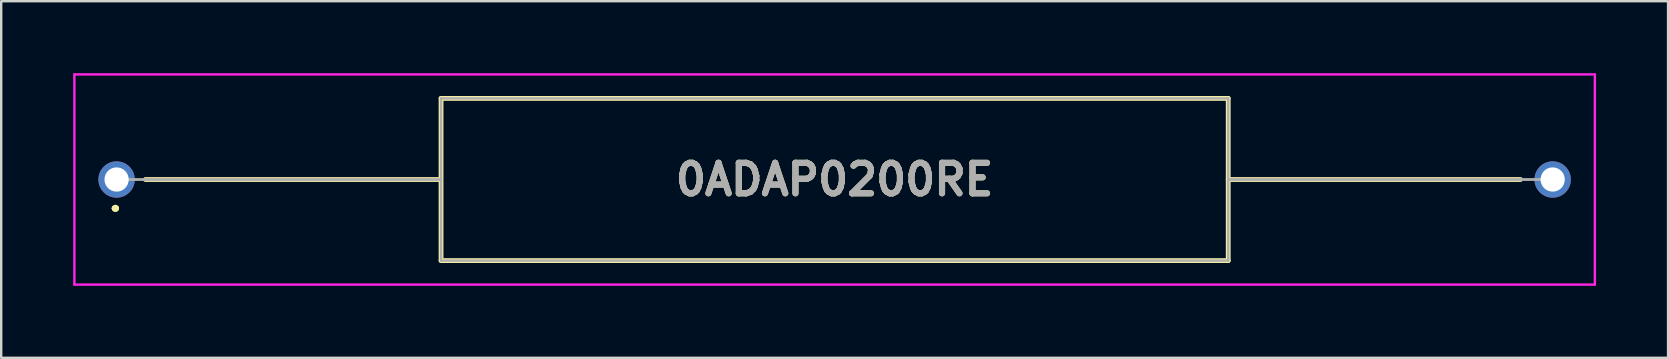
<source format=kicad_pcb>
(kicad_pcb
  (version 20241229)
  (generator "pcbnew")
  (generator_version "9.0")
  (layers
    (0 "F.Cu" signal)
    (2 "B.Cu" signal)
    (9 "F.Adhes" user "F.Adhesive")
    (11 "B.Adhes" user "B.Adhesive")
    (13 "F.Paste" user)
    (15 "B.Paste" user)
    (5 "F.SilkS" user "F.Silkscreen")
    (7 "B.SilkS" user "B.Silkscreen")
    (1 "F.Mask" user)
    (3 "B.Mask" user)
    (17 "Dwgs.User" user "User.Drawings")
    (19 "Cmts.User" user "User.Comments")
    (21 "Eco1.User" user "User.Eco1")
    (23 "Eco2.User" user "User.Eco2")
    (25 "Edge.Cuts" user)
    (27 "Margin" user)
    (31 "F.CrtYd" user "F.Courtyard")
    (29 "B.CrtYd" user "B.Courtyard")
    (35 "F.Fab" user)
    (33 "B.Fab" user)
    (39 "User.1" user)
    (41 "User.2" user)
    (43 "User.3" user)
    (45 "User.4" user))
  (footprint "0ADAP0200RE"
    (layer "F.Cu")
    (at 1.808 4.43)
    (property "Reference" "0ADAP0200RE" (at 29.92 0 0) (layer "F.SilkS") (effects (font (size 1.27 1.27) (thickness 0.254))))
    (attr through_hole)
    (fp_line (start -0.1 1.2) (end -0.1 1.2) (stroke (width 0.2) (type solid)) (layer "F.SilkS"))
    (fp_line (start -0.1 1.2) (end -0.1 1.2) (stroke (width 0.2) (type solid)) (layer "F.SilkS"))
    (fp_line (start 0 1.2) (end 0 1.2) (stroke (width 0.2) (type solid)) (layer "F.SilkS"))
    (fp_line (start 1.2 0) (end 13.5 0) (stroke (width 0.2) (type solid)) (layer "F.SilkS"))
    (fp_line (start 13.52 -3.38) (end 46.32 -3.38) (stroke (width 0.2) (type solid)) (layer "F.SilkS"))
    (fp_line (start 13.52 3.38) (end 13.52 -3.38) (stroke (width 0.2) (type solid)) (layer "F.SilkS"))
    (fp_line (start 46.32 -3.38) (end 46.32 3.38) (stroke (width 0.2) (type solid)) (layer "F.SilkS"))
    (fp_line (start 46.32 0) (end 58.5 0) (stroke (width 0.2) (type solid)) (layer "F.SilkS"))
    (fp_line (start 46.32 3.38) (end 13.52 3.38) (stroke (width 0.2) (type solid)) (layer "F.SilkS"))
    (fp_arc (start -0.1 1.2) (mid -0.05 1.15) (end 0 1.2) (stroke (width 0.2) (type solid)) (layer "F.SilkS"))
    (fp_arc (start 0 1.2) (mid -0.05 1.25) (end -0.1 1.2) (stroke (width 0.2) (type solid)) (layer "F.SilkS"))
    (fp_arc (start 0 1.2) (mid -0.05 1.25) (end -0.1 1.2) (stroke (width 0.2) (type solid)) (layer "F.SilkS"))
    (fp_line (start -1.758 -4.38) (end 61.598 -4.38) (stroke (width 0.1) (type solid)) (layer "F.CrtYd"))
    (fp_line (start -1.758 4.38) (end -1.758 -4.38) (stroke (width 0.1) (type solid)) (layer "F.CrtYd"))
    (fp_line (start 61.598 -4.38) (end 61.598 4.38) (stroke (width 0.1) (type solid)) (layer "F.CrtYd"))
    (fp_line (start 61.598 4.38) (end -1.758 4.38) (stroke (width 0.1) (type solid)) (layer "F.CrtYd"))
    (fp_line (start 0 0) (end 0 0) (stroke (width 0.1) (type solid)) (layer "F.Fab"))
    (fp_line (start 0 0) (end 13.52 0) (stroke (width 0.1) (type solid)) (layer "F.Fab"))
    (fp_line (start 13.52 -3.38) (end 13.52 3.38) (stroke (width 0.1) (type solid)) (layer "F.Fab"))
    (fp_line (start 13.52 0) (end 0 0) (stroke (width 0.1) (type solid)) (layer "F.Fab"))
    (fp_line (start 13.52 0) (end 13.52 0) (stroke (width 0.1) (type solid)) (layer "F.Fab"))
    (fp_line (start 13.52 3.38) (end 46.32 3.38) (stroke (width 0.1) (type solid)) (layer "F.Fab"))
    (fp_line (start 46.32 -3.38) (end 13.52 -3.38) (stroke (width 0.1) (type solid)) (layer "F.Fab"))
    (fp_line (start 46.32 0) (end 46.32 0) (stroke (width 0.1) (type solid)) (layer "F.Fab"))
    (fp_line (start 46.32 0) (end 59.84 0) (stroke (width 0.1) (type solid)) (layer "F.Fab"))
    (fp_line (start 46.32 3.38) (end 46.32 -3.38) (stroke (width 0.1) (type solid)) (layer "F.Fab"))
    (fp_line (start 59.84 0) (end 46.32 0) (stroke (width 0.1) (type solid)) (layer "F.Fab"))
    (fp_line (start 59.84 0) (end 59.84 0) (stroke (width 0.1) (type solid)) (layer "F.Fab"))
    (fp_text user "${REFERENCE}" (at 29.92 0 0) (layer "F.Fab") (effects (font (size 1.27 1.27) (thickness 0.254))))
    (pad "1" thru_hole circle (at 0 0) (size 1.515 1.515) (drill 1.01) (layers "*.Cu" "*.Mask"))
    (pad "2" thru_hole circle (at 59.84 0) (size 1.515 1.515) (drill 1.01) (layers "*.Cu" "*.Mask")))
  (gr_rect
    (start -3 -3)
    (end 66.456 11.86)
    (stroke (width 0.1) (type default))
    (fill no)
    (layer "Edge.Cuts")))
</source>
